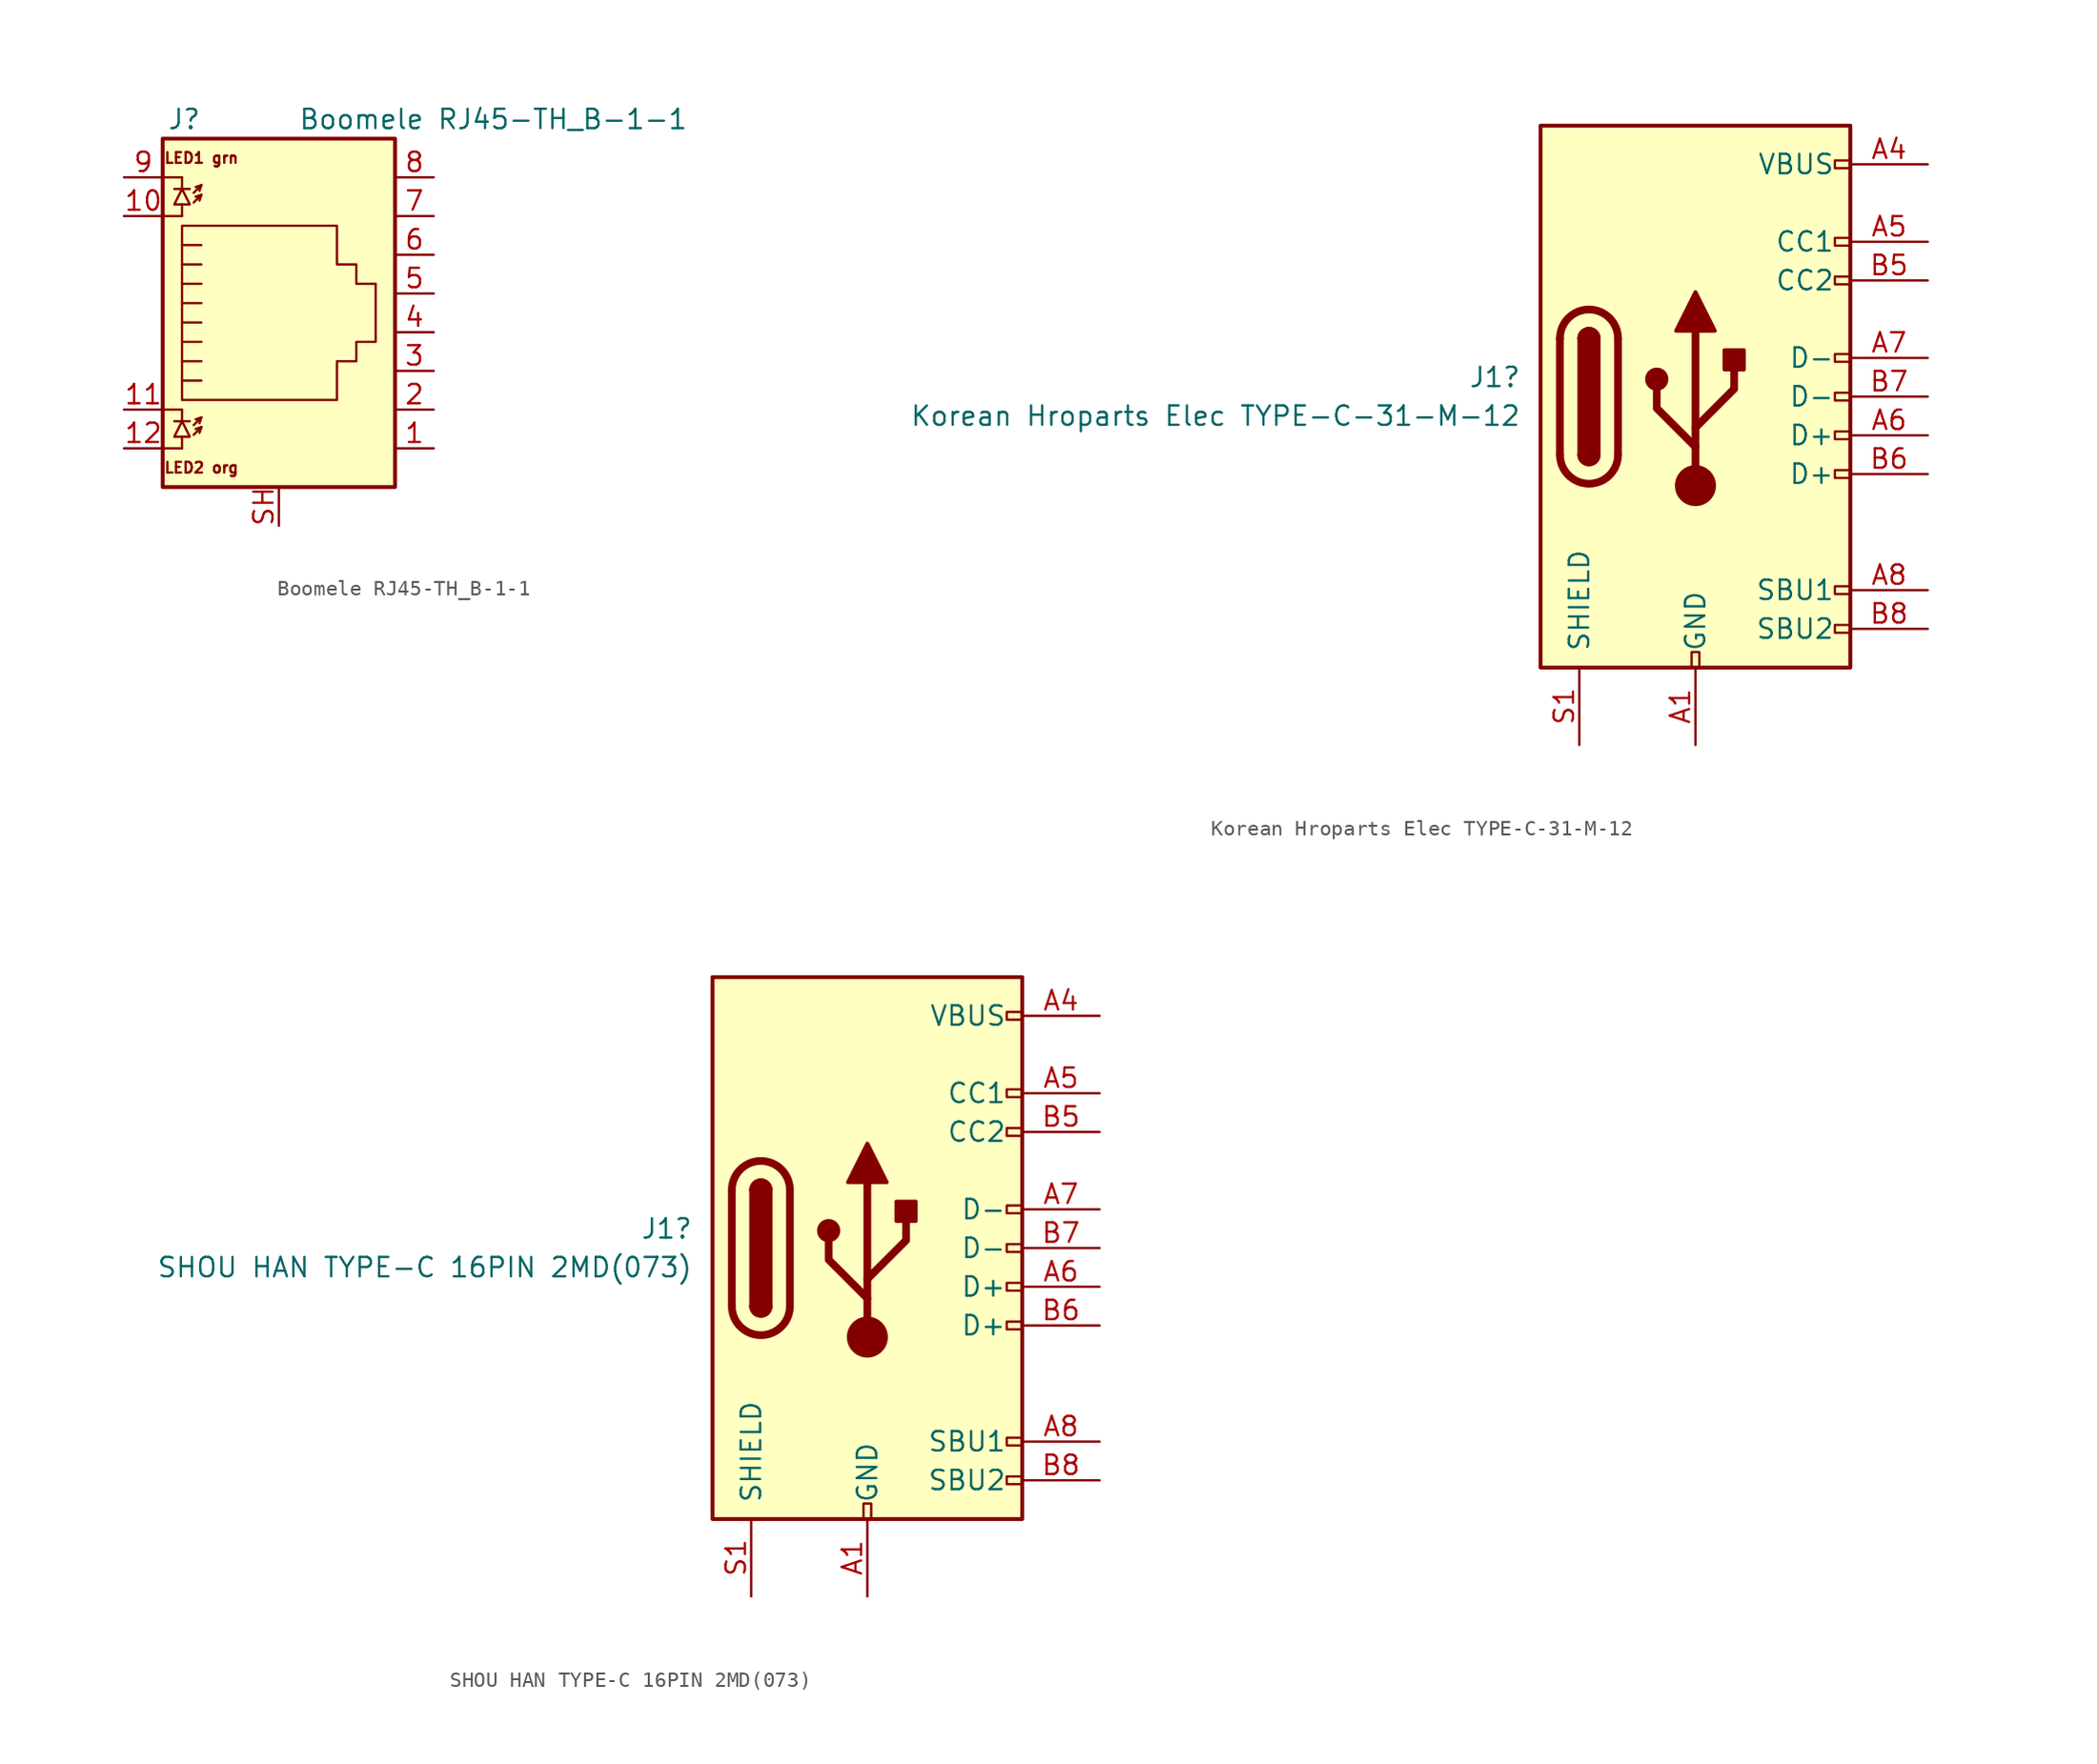
<source format=kicad_sym>
(kicad_symbol_lib
  (version 20220914)
  (generator kicad_symbol_editor)
  (symbol "Boomele RJ45-TH_B-1-1"
    (pin_names
      (offset 1.016))
    (property "Reference" "J"
      (at -5.08 13.97 0)
      (effects (font (size 1.27 1.27)) (justify right)))
    (property "Value" "Boomele RJ45-TH_B-1-1"
      (at 1.27 13.97 0)
      (effects (font (size 1.27 1.27)) (justify left)))
    (symbol "Boomele RJ45-TH_B-1-1_0_1"
      (rectangle (start -7.62 12.7) (end 7.62 -10.16) (stroke (width 0.254) (type default)) (fill (type background)))
      (polyline (pts (xy -7.62 -7.62) (xy -6.35 -7.62)) (stroke (width 0) (type default)) (fill (type none)))
      (polyline (pts (xy -7.62 -5.08) (xy -6.35 -5.08)) (stroke (width 0) (type default)) (fill (type none)))
      (polyline (pts (xy -7.62 7.62) (xy -6.35 7.62)) (stroke (width 0) (type default)) (fill (type none)))
      (polyline (pts (xy -7.62 10.16) (xy -6.35 10.16)) (stroke (width 0) (type default)) (fill (type none)))
      (polyline (pts (xy -6.858 -5.842) (xy -5.842 -5.842)) (stroke (width 0) (type default)) (fill (type none)))
      (polyline (pts (xy -6.858 9.398) (xy -5.842 9.398)) (stroke (width 0) (type default)) (fill (type none)))
      (polyline (pts (xy -6.35 -7.62) (xy -6.35 -6.858)) (stroke (width 0) (type default)) (fill (type none)))
      (polyline (pts (xy -6.35 -5.08) (xy -6.35 -5.842)) (stroke (width 0) (type default)) (fill (type none)))
      (polyline (pts (xy -6.35 7.62) (xy -6.35 8.382)) (stroke (width 0) (type default)) (fill (type none)))
      (polyline (pts (xy -6.35 10.16) (xy -6.35 9.398)) (stroke (width 0) (type default)) (fill (type none)))
      (polyline (pts (xy -5.08 -6.223) (xy -5.207 -6.604)) (stroke (width 0) (type default)) (fill (type none)))
      (polyline (pts (xy -5.08 -5.588) (xy -5.207 -5.969)) (stroke (width 0) (type default)) (fill (type none)))
      (polyline (pts (xy -5.08 4.445) (xy -6.35 4.445)) (stroke (width 0) (type default)) (fill (type none)))
      (polyline (pts (xy -5.08 5.715) (xy -6.35 5.715)) (stroke (width 0) (type default)) (fill (type none)))
      (polyline (pts (xy -5.08 9.017) (xy -5.207 8.636)) (stroke (width 0) (type default)) (fill (type none)))
      (polyline (pts (xy -5.08 9.652) (xy -5.207 9.271)) (stroke (width 0) (type default)) (fill (type none)))
      (polyline (pts (xy -6.35 -3.175) (xy -5.08 -3.175) (xy -5.08 -3.175)) (stroke (width 0) (type default)) (fill (type none)))
      (polyline (pts (xy -6.35 -1.905) (xy -5.08 -1.905) (xy -5.08 -1.905)) (stroke (width 0) (type default)) (fill (type none)))
      (polyline (pts (xy -6.35 -0.635) (xy -5.08 -0.635) (xy -5.08 -0.635)) (stroke (width 0) (type default)) (fill (type none)))
      (polyline (pts (xy -6.35 0.635) (xy -5.08 0.635) (xy -5.08 0.635)) (stroke (width 0) (type default)) (fill (type none)))
      (polyline (pts (xy -6.35 1.905) (xy -5.08 1.905) (xy -5.08 1.905)) (stroke (width 0) (type default)) (fill (type none)))
      (polyline (pts (xy -5.588 -6.731) (xy -5.08 -6.223) (xy -5.461 -6.35)) (stroke (width 0) (type default)) (fill (type none)))
      (polyline (pts (xy -5.588 -6.096) (xy -5.08 -5.588) (xy -5.461 -5.715)) (stroke (width 0) (type default)) (fill (type none)))
      (polyline (pts (xy -5.588 8.509) (xy -5.08 9.017) (xy -5.461 8.89)) (stroke (width 0) (type default)) (fill (type none)))
      (polyline (pts (xy -5.588 9.144) (xy -5.08 9.652) (xy -5.461 9.525)) (stroke (width 0) (type default)) (fill (type none)))
      (polyline (pts (xy -5.08 3.175) (xy -6.35 3.175) (xy -6.35 3.175)) (stroke (width 0) (type default)) (fill (type none)))
      (polyline (pts (xy -6.35 -5.842) (xy -6.858 -6.858) (xy -5.842 -6.858) (xy -6.35 -5.842)) (stroke (width 0) (type default)) (fill (type none)))
      (polyline (pts (xy -6.35 9.398) (xy -6.858 8.382) (xy -5.842 8.382) (xy -6.35 9.398)) (stroke (width 0) (type default)) (fill (type none)))
      (polyline (pts (xy -6.35 -4.445) (xy -6.35 6.985) (xy 3.81 6.985) (xy 3.81 4.445) (xy 5.08 4.445) (xy 5.08 3.175) (xy 6.35 3.175) (xy 6.35 -0.635) (xy 5.08 -0.635) (xy 5.08 -1.905) (xy 3.81 -1.905) (xy 3.81 -4.445) (xy -6.35 -4.445) (xy -6.35 -4.445)) (stroke (width 0) (type default)) (fill (type none))))
    (symbol "Boomele RJ45-TH_B-1-1_1_1"
      (text "LED1 grn" (at -5.08 11.43 0) (effects (font (size 0.7 0.7))))
      (text "LED2 org" (at -5.08 -8.89 0) (effects (font (size 0.7 0.7))))
      (pin passive line (at 10.16 -7.62 180) (length 2.54) (name "~" (effects (font (size 1.27 1.27)))) (number "1" (effects (font (size 1.27 1.27)))))
      (pin passive line (at -10.16 7.62 0) (length 2.54) (name "~" (effects (font (size 1.27 1.27)))) (number "10" (effects (font (size 1.27 1.27)))))
      (pin passive line (at -10.16 -5.08 0) (length 2.54) (name "~" (effects (font (size 1.27 1.27)))) (number "11" (effects (font (size 1.27 1.27)))))
      (pin passive line (at -10.16 -7.62 0) (length 2.54) (name "~" (effects (font (size 1.27 1.27)))) (number "12" (effects (font (size 1.27 1.27)))))
      (pin passive line (at 10.16 -5.08 180) (length 2.54) (name "~" (effects (font (size 1.27 1.27)))) (number "2" (effects (font (size 1.27 1.27)))))
      (pin passive line (at 10.16 -2.54 180) (length 2.54) (name "~" (effects (font (size 1.27 1.27)))) (number "3" (effects (font (size 1.27 1.27)))))
      (pin passive line (at 10.16 0 180) (length 2.54) (name "~" (effects (font (size 1.27 1.27)))) (number "4" (effects (font (size 1.27 1.27)))))
      (pin passive line (at 10.16 2.54 180) (length 2.54) (name "~" (effects (font (size 1.27 1.27)))) (number "5" (effects (font (size 1.27 1.27)))))
      (pin passive line (at 10.16 5.08 180) (length 2.54) (name "~" (effects (font (size 1.27 1.27)))) (number "6" (effects (font (size 1.27 1.27)))))
      (pin passive line (at 10.16 7.62 180) (length 2.54) (name "~" (effects (font (size 1.27 1.27)))) (number "7" (effects (font (size 1.27 1.27)))))
      (pin passive line (at 10.16 10.16 180) (length 2.54) (name "~" (effects (font (size 1.27 1.27)))) (number "8" (effects (font (size 1.27 1.27)))))
      (pin passive line (at -10.16 10.16 0) (length 2.54) (name "~" (effects (font (size 1.27 1.27)))) (number "9" (effects (font (size 1.27 1.27)))))
      (pin passive line (at 0 -12.7 90) (length 2.54) (name "~" (effects (font (size 1.27 1.27)))) (number "SH" (effects (font (size 1.27 1.27)))))))
  (symbol "Korean Hroparts Elec TYPE-C-31-M-12"
    (pin_names
      (offset 1.016))
    (property "Reference" "J1"
      (at -11.43 1.27 0)
      (effects (font (size 1.27 1.27)) (justify right)))
    (property "Value" "Korean Hroparts Elec TYPE-C-31-M-12"
      (at -11.43 -1.27 0)
      (effects (font (size 1.27 1.27)) (justify right)))
    (symbol "Korean Hroparts Elec TYPE-C-31-M-12_0_0"
      (rectangle (start -0.254 -17.78) (end 0.254 -16.764) (stroke (width 0) (type default)) (fill (type none)))
      (rectangle (start 10.16 -14.986) (end 9.144 -15.494) (stroke (width 0) (type default)) (fill (type none)))
      (rectangle (start 10.16 -12.446) (end 9.144 -12.954) (stroke (width 0) (type default)) (fill (type none)))
      (rectangle (start 10.16 -4.826) (end 9.144 -5.334) (stroke (width 0) (type default)) (fill (type none)))
      (rectangle (start 10.16 -2.286) (end 9.144 -2.794) (stroke (width 0) (type default)) (fill (type none)))
      (rectangle (start 10.16 0.254) (end 9.144 -0.254) (stroke (width 0) (type default)) (fill (type none)))
      (rectangle (start 10.16 2.794) (end 9.144 2.286) (stroke (width 0) (type default)) (fill (type none)))
      (rectangle (start 10.16 7.874) (end 9.144 7.366) (stroke (width 0) (type default)) (fill (type none)))
      (rectangle (start 10.16 10.414) (end 9.144 9.906) (stroke (width 0) (type default)) (fill (type none)))
      (rectangle (start 10.16 15.494) (end 9.144 14.986) (stroke (width 0) (type default)) (fill (type none))))
    (symbol "Korean Hroparts Elec TYPE-C-31-M-12_0_1"
      (rectangle (start -10.16 17.78) (end 10.16 -17.78) (stroke (width 0.254) (type default)) (fill (type background)))
      (arc (start -8.89 -3.81) (mid -6.985 -5.7067) (end -5.08 -3.81) (stroke (width 0.508) (type default)) (fill (type none)))
      (arc (start -7.62 -3.81) (mid -6.985 -4.4423) (end -6.35 -3.81) (stroke (width 0.254) (type default)) (fill (type none)))
      (arc (start -7.62 -3.81) (mid -6.985 -4.4423) (end -6.35 -3.81) (stroke (width 0.254) (type default)) (fill (type outline)))
      (rectangle (start -7.62 -3.81) (end -6.35 3.81) (stroke (width 0.254) (type default)) (fill (type outline)))
      (arc (start -6.35 3.81) (mid -6.985 4.4423) (end -7.62 3.81) (stroke (width 0.254) (type default)) (fill (type none)))
      (arc (start -6.35 3.81) (mid -6.985 4.4423) (end -7.62 3.81) (stroke (width 0.254) (type default)) (fill (type outline)))
      (arc (start -5.08 3.81) (mid -6.985 5.7067) (end -8.89 3.81) (stroke (width 0.508) (type default)) (fill (type none)))
      (circle (center -2.54 1.143) (radius 0.635) (stroke (width 0.254) (type default)) (fill (type outline)))
      (circle (center 0 -5.842) (radius 1.27) (stroke (width 0) (type default)) (fill (type outline)))
      (polyline (pts (xy -8.89 -3.81) (xy -8.89 3.81)) (stroke (width 0.508) (type default)) (fill (type none)))
      (polyline (pts (xy -5.08 3.81) (xy -5.08 -3.81)) (stroke (width 0.508) (type default)) (fill (type none)))
      (polyline (pts (xy 0 -5.842) (xy 0 4.318)) (stroke (width 0.508) (type default)) (fill (type none)))
      (polyline (pts (xy 0 -3.302) (xy -2.54 -0.762) (xy -2.54 0.508)) (stroke (width 0.508) (type default)) (fill (type none)))
      (polyline (pts (xy 0 -2.032) (xy 2.54 0.508) (xy 2.54 1.778)) (stroke (width 0.508) (type default)) (fill (type none)))
      (polyline (pts (xy -1.27 4.318) (xy 0 6.858) (xy 1.27 4.318) (xy -1.27 4.318)) (stroke (width 0.254) (type default)) (fill (type outline)))
      (rectangle (start 1.905 1.778) (end 3.175 3.048) (stroke (width 0.254) (type default)) (fill (type outline))))
    (symbol "Korean Hroparts Elec TYPE-C-31-M-12_1_1"
      (pin passive line (at 0 -22.86 90) (length 5.08) (name "GND" (effects (font (size 1.27 1.27)))) (number "A1" (effects (font (size 1.27 1.27)))))
      (pin passive line (at 0 -22.86 90) (length 5.08) hide (name "GND" (effects (font (size 1.27 1.27)))) (number "A12" (effects (font (size 1.27 1.27)))))
      (pin passive line (at 15.24 15.24 180) (length 5.08) (name "VBUS" (effects (font (size 1.27 1.27)))) (number "A4" (effects (font (size 1.27 1.27)))))
      (pin bidirectional line (at 15.24 10.16 180) (length 5.08) (name "CC1" (effects (font (size 1.27 1.27)))) (number "A5" (effects (font (size 1.27 1.27)))))
      (pin bidirectional line (at 15.24 -2.54 180) (length 5.08) (name "D+" (effects (font (size 1.27 1.27)))) (number "A6" (effects (font (size 1.27 1.27)))))
      (pin bidirectional line (at 15.24 2.54 180) (length 5.08) (name "D-" (effects (font (size 1.27 1.27)))) (number "A7" (effects (font (size 1.27 1.27)))))
      (pin bidirectional line (at 15.24 -12.7 180) (length 5.08) (name "SBU1" (effects (font (size 1.27 1.27)))) (number "A8" (effects (font (size 1.27 1.27)))))
      (pin passive line (at 15.24 15.24 180) (length 5.08) hide (name "VBUS" (effects (font (size 1.27 1.27)))) (number "A9" (effects (font (size 1.27 1.27)))))
      (pin passive line (at 0 -22.86 90) (length 5.08) hide (name "GND" (effects (font (size 1.27 1.27)))) (number "B1" (effects (font (size 1.27 1.27)))))
      (pin passive line (at 0 -22.86 90) (length 5.08) hide (name "GND" (effects (font (size 1.27 1.27)))) (number "B12" (effects (font (size 1.27 1.27)))))
      (pin passive line (at 15.24 15.24 180) (length 5.08) hide (name "VBUS" (effects (font (size 1.27 1.27)))) (number "B4" (effects (font (size 1.27 1.27)))))
      (pin bidirectional line (at 15.24 7.62 180) (length 5.08) (name "CC2" (effects (font (size 1.27 1.27)))) (number "B5" (effects (font (size 1.27 1.27)))))
      (pin bidirectional line (at 15.24 -5.08 180) (length 5.08) (name "D+" (effects (font (size 1.27 1.27)))) (number "B6" (effects (font (size 1.27 1.27)))))
      (pin bidirectional line (at 15.24 0 180) (length 5.08) (name "D-" (effects (font (size 1.27 1.27)))) (number "B7" (effects (font (size 1.27 1.27)))))
      (pin bidirectional line (at 15.24 -15.24 180) (length 5.08) (name "SBU2" (effects (font (size 1.27 1.27)))) (number "B8" (effects (font (size 1.27 1.27)))))
      (pin passive line (at 15.24 15.24 180) (length 5.08) hide (name "VBUS" (effects (font (size 1.27 1.27)))) (number "B9" (effects (font (size 1.27 1.27)))))
      (pin passive line (at -7.62 -22.86 90) (length 5.08) (name "SHIELD" (effects (font (size 1.27 1.27)))) (number "S1" (effects (font (size 1.27 1.27)))))))
  (symbol "SHOU HAN TYPE-C 16PIN 2MD(073)"
    (pin_names
      (offset 1.016))
    (property "Reference" "J1"
      (at -11.43 1.27 0)
      (effects (font (size 1.27 1.27)) (justify right)))
    (property "Value" "SHOU HAN TYPE-C 16PIN 2MD(073)"
      (at -11.43 -1.27 0)
      (effects (font (size 1.27 1.27)) (justify right)))
    (symbol "SHOU HAN TYPE-C 16PIN 2MD(073)_0_0"
      (rectangle (start -0.254 -17.78) (end 0.254 -16.764) (stroke (width 0) (type default)) (fill (type none)))
      (rectangle (start 10.16 -14.986) (end 9.144 -15.494) (stroke (width 0) (type default)) (fill (type none)))
      (rectangle (start 10.16 -12.446) (end 9.144 -12.954) (stroke (width 0) (type default)) (fill (type none)))
      (rectangle (start 10.16 -4.826) (end 9.144 -5.334) (stroke (width 0) (type default)) (fill (type none)))
      (rectangle (start 10.16 -2.286) (end 9.144 -2.794) (stroke (width 0) (type default)) (fill (type none)))
      (rectangle (start 10.16 0.254) (end 9.144 -0.254) (stroke (width 0) (type default)) (fill (type none)))
      (rectangle (start 10.16 2.794) (end 9.144 2.286) (stroke (width 0) (type default)) (fill (type none)))
      (rectangle (start 10.16 7.874) (end 9.144 7.366) (stroke (width 0) (type default)) (fill (type none)))
      (rectangle (start 10.16 10.414) (end 9.144 9.906) (stroke (width 0) (type default)) (fill (type none)))
      (rectangle (start 10.16 15.494) (end 9.144 14.986) (stroke (width 0) (type default)) (fill (type none))))
    (symbol "SHOU HAN TYPE-C 16PIN 2MD(073)_0_1"
      (rectangle (start -10.16 17.78) (end 10.16 -17.78) (stroke (width 0.254) (type default)) (fill (type background)))
      (arc (start -8.89 -3.81) (mid -6.985 -5.7067) (end -5.08 -3.81) (stroke (width 0.508) (type default)) (fill (type none)))
      (arc (start -7.62 -3.81) (mid -6.985 -4.4423) (end -6.35 -3.81) (stroke (width 0.254) (type default)) (fill (type none)))
      (arc (start -7.62 -3.81) (mid -6.985 -4.4423) (end -6.35 -3.81) (stroke (width 0.254) (type default)) (fill (type outline)))
      (rectangle (start -7.62 -3.81) (end -6.35 3.81) (stroke (width 0.254) (type default)) (fill (type outline)))
      (arc (start -6.35 3.81) (mid -6.985 4.4423) (end -7.62 3.81) (stroke (width 0.254) (type default)) (fill (type none)))
      (arc (start -6.35 3.81) (mid -6.985 4.4423) (end -7.62 3.81) (stroke (width 0.254) (type default)) (fill (type outline)))
      (arc (start -5.08 3.81) (mid -6.985 5.7067) (end -8.89 3.81) (stroke (width 0.508) (type default)) (fill (type none)))
      (circle (center -2.54 1.143) (radius 0.635) (stroke (width 0.254) (type default)) (fill (type outline)))
      (circle (center 0 -5.842) (radius 1.27) (stroke (width 0) (type default)) (fill (type outline)))
      (polyline (pts (xy -8.89 -3.81) (xy -8.89 3.81)) (stroke (width 0.508) (type default)) (fill (type none)))
      (polyline (pts (xy -5.08 3.81) (xy -5.08 -3.81)) (stroke (width 0.508) (type default)) (fill (type none)))
      (polyline (pts (xy 0 -5.842) (xy 0 4.318)) (stroke (width 0.508) (type default)) (fill (type none)))
      (polyline (pts (xy 0 -3.302) (xy -2.54 -0.762) (xy -2.54 0.508)) (stroke (width 0.508) (type default)) (fill (type none)))
      (polyline (pts (xy 0 -2.032) (xy 2.54 0.508) (xy 2.54 1.778)) (stroke (width 0.508) (type default)) (fill (type none)))
      (polyline (pts (xy -1.27 4.318) (xy 0 6.858) (xy 1.27 4.318) (xy -1.27 4.318)) (stroke (width 0.254) (type default)) (fill (type outline)))
      (rectangle (start 1.905 1.778) (end 3.175 3.048) (stroke (width 0.254) (type default)) (fill (type outline))))
    (symbol "SHOU HAN TYPE-C 16PIN 2MD(073)_1_1"
      (pin passive line (at 0 -22.86 90) (length 5.08) (name "GND" (effects (font (size 1.27 1.27)))) (number "A1" (effects (font (size 1.27 1.27)))))
      (pin passive line (at 0 -22.86 90) (length 5.08) hide (name "GND" (effects (font (size 1.27 1.27)))) (number "A12" (effects (font (size 1.27 1.27)))))
      (pin passive line (at 15.24 15.24 180) (length 5.08) (name "VBUS" (effects (font (size 1.27 1.27)))) (number "A4" (effects (font (size 1.27 1.27)))))
      (pin bidirectional line (at 15.24 10.16 180) (length 5.08) (name "CC1" (effects (font (size 1.27 1.27)))) (number "A5" (effects (font (size 1.27 1.27)))))
      (pin bidirectional line (at 15.24 -2.54 180) (length 5.08) (name "D+" (effects (font (size 1.27 1.27)))) (number "A6" (effects (font (size 1.27 1.27)))))
      (pin bidirectional line (at 15.24 2.54 180) (length 5.08) (name "D-" (effects (font (size 1.27 1.27)))) (number "A7" (effects (font (size 1.27 1.27)))))
      (pin bidirectional line (at 15.24 -12.7 180) (length 5.08) (name "SBU1" (effects (font (size 1.27 1.27)))) (number "A8" (effects (font (size 1.27 1.27)))))
      (pin passive line (at 15.24 15.24 180) (length 5.08) hide (name "VBUS" (effects (font (size 1.27 1.27)))) (number "A9" (effects (font (size 1.27 1.27)))))
      (pin passive line (at 0 -22.86 90) (length 5.08) hide (name "GND" (effects (font (size 1.27 1.27)))) (number "B1" (effects (font (size 1.27 1.27)))))
      (pin passive line (at 0 -22.86 90) (length 5.08) hide (name "GND" (effects (font (size 1.27 1.27)))) (number "B12" (effects (font (size 1.27 1.27)))))
      (pin passive line (at 15.24 15.24 180) (length 5.08) hide (name "VBUS" (effects (font (size 1.27 1.27)))) (number "B4" (effects (font (size 1.27 1.27)))))
      (pin bidirectional line (at 15.24 7.62 180) (length 5.08) (name "CC2" (effects (font (size 1.27 1.27)))) (number "B5" (effects (font (size 1.27 1.27)))))
      (pin bidirectional line (at 15.24 -5.08 180) (length 5.08) (name "D+" (effects (font (size 1.27 1.27)))) (number "B6" (effects (font (size 1.27 1.27)))))
      (pin bidirectional line (at 15.24 0 180) (length 5.08) (name "D-" (effects (font (size 1.27 1.27)))) (number "B7" (effects (font (size 1.27 1.27)))))
      (pin bidirectional line (at 15.24 -15.24 180) (length 5.08) (name "SBU2" (effects (font (size 1.27 1.27)))) (number "B8" (effects (font (size 1.27 1.27)))))
      (pin passive line (at 15.24 15.24 180) (length 5.08) hide (name "VBUS" (effects (font (size 1.27 1.27)))) (number "B9" (effects (font (size 1.27 1.27)))))
      (pin passive line (at -7.62 -22.86 90) (length 5.08) (name "SHIELD" (effects (font (size 1.27 1.27)))) (number "S1" (effects (font (size 1.27 1.27))))))))
</source>
